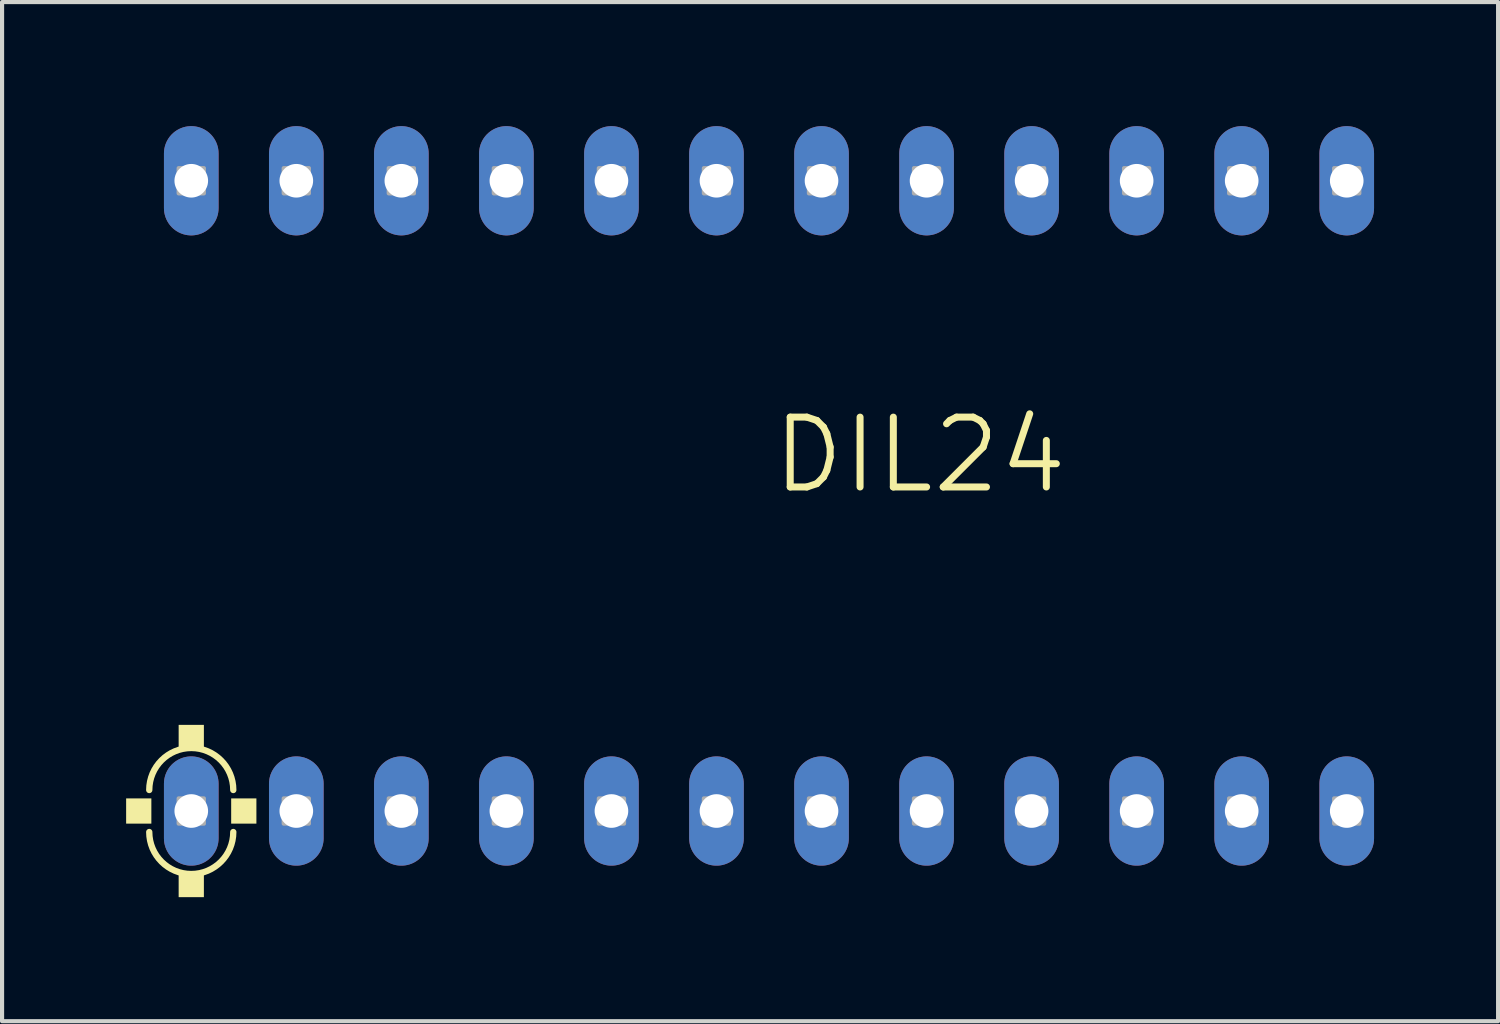
<source format=kicad_pcb>
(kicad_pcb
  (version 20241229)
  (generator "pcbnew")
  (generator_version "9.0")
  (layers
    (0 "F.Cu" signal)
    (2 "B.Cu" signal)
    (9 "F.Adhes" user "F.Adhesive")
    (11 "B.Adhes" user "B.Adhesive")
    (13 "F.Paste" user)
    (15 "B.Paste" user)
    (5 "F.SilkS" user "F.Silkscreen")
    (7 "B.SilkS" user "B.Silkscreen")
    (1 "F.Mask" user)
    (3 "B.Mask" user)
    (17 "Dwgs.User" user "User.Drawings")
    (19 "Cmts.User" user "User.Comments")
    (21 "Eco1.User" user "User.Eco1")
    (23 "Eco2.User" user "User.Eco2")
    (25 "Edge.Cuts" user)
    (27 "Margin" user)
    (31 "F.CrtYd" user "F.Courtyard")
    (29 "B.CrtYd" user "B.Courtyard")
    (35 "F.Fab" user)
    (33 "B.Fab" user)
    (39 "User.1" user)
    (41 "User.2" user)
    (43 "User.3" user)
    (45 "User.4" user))
  (footprint "DIL24"
    (layer "F.Cu")
    (at 15.545 8.941)
    (property "Reference" "DIL24" (at 0 0 180) (layer "F.SilkS") (effects (font (size 1.689 1.689) (thickness 0.169)) (justify left bottom)))
    (attr through_hole)
    (fp_arc (start -14.986 7.112) (mid -13.97 6.096) (end -12.954 7.112) (stroke (width 0.1524) (type solid)) (layer "F.SilkS"))
    (fp_arc (start -12.954 8.128) (mid -13.97 9.144) (end -14.986 8.128) (stroke (width 0.1524) (type solid)) (layer "F.SilkS"))
    (fp_poly (pts (xy -15.545 7.925) (xy -14.935 7.925) (xy -14.935 7.315) (xy -15.545 7.315)) (stroke (width 0) (type solid)) (fill yes) (layer "F.SilkS"))
    (fp_poly (pts (xy -14.275 6.147) (xy -13.665 6.147) (xy -13.665 5.537) (xy -14.275 5.537)) (stroke (width 0) (type solid)) (fill yes) (layer "F.SilkS"))
    (fp_poly (pts (xy -14.275 9.703) (xy -13.665 9.703) (xy -13.665 9.093) (xy -14.275 9.093)) (stroke (width 0) (type solid)) (fill yes) (layer "F.SilkS"))
    (fp_poly (pts (xy -13.005 7.925) (xy -12.395 7.925) (xy -12.395 7.315) (xy -13.005 7.315)) (stroke (width 0) (type solid)) (fill yes) (layer "F.SilkS"))
    (fp_poly (pts (xy -14.275 -7.315) (xy -13.665 -7.315) (xy -13.665 -7.925) (xy -14.275 -7.925)) (stroke (width 0.1) (type solid)) (fill no) (layer "F.Fab"))
    (fp_poly (pts (xy -14.275 7.925) (xy -13.665 7.925) (xy -13.665 7.315) (xy -14.275 7.315)) (stroke (width 0.1) (type solid)) (fill no) (layer "F.Fab"))
    (fp_poly (pts (xy -11.735 -7.315) (xy -11.125 -7.315) (xy -11.125 -7.925) (xy -11.735 -7.925)) (stroke (width 0.1) (type solid)) (fill no) (layer "F.Fab"))
    (fp_poly (pts (xy -11.735 7.925) (xy -11.125 7.925) (xy -11.125 7.315) (xy -11.735 7.315)) (stroke (width 0.1) (type solid)) (fill no) (layer "F.Fab"))
    (fp_poly (pts (xy -9.195 -7.315) (xy -8.585 -7.315) (xy -8.585 -7.925) (xy -9.195 -7.925)) (stroke (width 0.1) (type solid)) (fill no) (layer "F.Fab"))
    (fp_poly (pts (xy -9.195 7.925) (xy -8.585 7.925) (xy -8.585 7.315) (xy -9.195 7.315)) (stroke (width 0.1) (type solid)) (fill no) (layer "F.Fab"))
    (fp_poly (pts (xy -6.655 -7.315) (xy -6.045 -7.315) (xy -6.045 -7.925) (xy -6.655 -7.925)) (stroke (width 0.1) (type solid)) (fill no) (layer "F.Fab"))
    (fp_poly (pts (xy -6.655 7.925) (xy -6.045 7.925) (xy -6.045 7.315) (xy -6.655 7.315)) (stroke (width 0.1) (type solid)) (fill no) (layer "F.Fab"))
    (fp_poly (pts (xy -4.115 -7.315) (xy -3.505 -7.315) (xy -3.505 -7.925) (xy -4.115 -7.925)) (stroke (width 0.1) (type solid)) (fill no) (layer "F.Fab"))
    (fp_poly (pts (xy -4.115 7.925) (xy -3.505 7.925) (xy -3.505 7.315) (xy -4.115 7.315)) (stroke (width 0.1) (type solid)) (fill no) (layer "F.Fab"))
    (fp_poly (pts (xy -1.575 -7.315) (xy -0.965 -7.315) (xy -0.965 -7.925) (xy -1.575 -7.925)) (stroke (width 0.1) (type solid)) (fill no) (layer "F.Fab"))
    (fp_poly (pts (xy -1.575 7.925) (xy -0.965 7.925) (xy -0.965 7.315) (xy -1.575 7.315)) (stroke (width 0.1) (type solid)) (fill no) (layer "F.Fab"))
    (fp_poly (pts (xy 0.965 -7.315) (xy 1.575 -7.315) (xy 1.575 -7.925) (xy 0.965 -7.925)) (stroke (width 0.1) (type solid)) (fill no) (layer "F.Fab"))
    (fp_poly (pts (xy 0.965 7.925) (xy 1.575 7.925) (xy 1.575 7.315) (xy 0.965 7.315)) (stroke (width 0.1) (type solid)) (fill no) (layer "F.Fab"))
    (fp_poly (pts (xy 3.505 -7.315) (xy 4.115 -7.315) (xy 4.115 -7.925) (xy 3.505 -7.925)) (stroke (width 0.1) (type solid)) (fill no) (layer "F.Fab"))
    (fp_poly (pts (xy 3.505 7.925) (xy 4.115 7.925) (xy 4.115 7.315) (xy 3.505 7.315)) (stroke (width 0.1) (type solid)) (fill no) (layer "F.Fab"))
    (fp_poly (pts (xy 6.045 -7.315) (xy 6.655 -7.315) (xy 6.655 -7.925) (xy 6.045 -7.925)) (stroke (width 0.1) (type solid)) (fill no) (layer "F.Fab"))
    (fp_poly (pts (xy 6.045 7.925) (xy 6.655 7.925) (xy 6.655 7.315) (xy 6.045 7.315)) (stroke (width 0.1) (type solid)) (fill no) (layer "F.Fab"))
    (fp_poly (pts (xy 8.585 -7.315) (xy 9.195 -7.315) (xy 9.195 -7.925) (xy 8.585 -7.925)) (stroke (width 0.1) (type solid)) (fill no) (layer "F.Fab"))
    (fp_poly (pts (xy 8.585 7.925) (xy 9.195 7.925) (xy 9.195 7.315) (xy 8.585 7.315)) (stroke (width 0.1) (type solid)) (fill no) (layer "F.Fab"))
    (fp_poly (pts (xy 11.125 -7.315) (xy 11.735 -7.315) (xy 11.735 -7.925) (xy 11.125 -7.925)) (stroke (width 0.1) (type solid)) (fill no) (layer "F.Fab"))
    (fp_poly (pts (xy 11.125 7.925) (xy 11.735 7.925) (xy 11.735 7.315) (xy 11.125 7.315)) (stroke (width 0.1) (type solid)) (fill no) (layer "F.Fab"))
    (fp_poly (pts (xy 13.665 -7.315) (xy 14.275 -7.315) (xy 14.275 -7.925) (xy 13.665 -7.925)) (stroke (width 0.1) (type solid)) (fill no) (layer "F.Fab"))
    (fp_poly (pts (xy 13.665 7.925) (xy 14.275 7.925) (xy 14.275 7.315) (xy 13.665 7.315)) (stroke (width 0.1) (type solid)) (fill no) (layer "F.Fab"))
    (pad "1" thru_hole oval (at -13.97 7.62 90) (size 2.642 1.321) (drill 0.813) (layers "*.Cu" "*.Mask"))
    (pad "2" thru_hole oval (at -11.43 7.62 90) (size 2.642 1.321) (drill 0.813) (layers "*.Cu" "*.Mask"))
    (pad "3" thru_hole oval (at -8.89 7.62 90) (size 2.642 1.321) (drill 0.813) (layers "*.Cu" "*.Mask"))
    (pad "4" thru_hole oval (at -6.35 7.62 90) (size 2.642 1.321) (drill 0.813) (layers "*.Cu" "*.Mask"))
    (pad "5" thru_hole oval (at -3.81 7.62 90) (size 2.642 1.321) (drill 0.813) (layers "*.Cu" "*.Mask"))
    (pad "6" thru_hole oval (at -1.27 7.62 90) (size 2.642 1.321) (drill 0.813) (layers "*.Cu" "*.Mask"))
    (pad "7" thru_hole oval (at 1.27 7.62 90) (size 2.642 1.321) (drill 0.813) (layers "*.Cu" "*.Mask"))
    (pad "8" thru_hole oval (at 3.81 7.62 90) (size 2.642 1.321) (drill 0.813) (layers "*.Cu" "*.Mask"))
    (pad "9" thru_hole oval (at 6.35 7.62 90) (size 2.642 1.321) (drill 0.813) (layers "*.Cu" "*.Mask"))
    (pad "10" thru_hole oval (at 8.89 7.62 90) (size 2.642 1.321) (drill 0.813) (layers "*.Cu" "*.Mask"))
    (pad "11" thru_hole oval (at 11.43 7.62 90) (size 2.642 1.321) (drill 0.813) (layers "*.Cu" "*.Mask"))
    (pad "12" thru_hole oval (at 13.97 7.62 90) (size 2.642 1.321) (drill 0.813) (layers "*.Cu" "*.Mask"))
    (pad "13" thru_hole oval (at 13.97 -7.62 90) (size 2.642 1.321) (drill 0.813) (layers "*.Cu" "*.Mask"))
    (pad "14" thru_hole oval (at 11.43 -7.62 90) (size 2.642 1.321) (drill 0.813) (layers "*.Cu" "*.Mask"))
    (pad "15" thru_hole oval (at 8.89 -7.62 90) (size 2.642 1.321) (drill 0.813) (layers "*.Cu" "*.Mask"))
    (pad "16" thru_hole oval (at 6.35 -7.62 90) (size 2.642 1.321) (drill 0.813) (layers "*.Cu" "*.Mask"))
    (pad "17" thru_hole oval (at 3.81 -7.62 90) (size 2.642 1.321) (drill 0.813) (layers "*.Cu" "*.Mask"))
    (pad "18" thru_hole oval (at 1.27 -7.62 90) (size 2.642 1.321) (drill 0.813) (layers "*.Cu" "*.Mask"))
    (pad "19" thru_hole oval (at -1.27 -7.62 90) (size 2.642 1.321) (drill 0.813) (layers "*.Cu" "*.Mask"))
    (pad "20" thru_hole oval (at -3.81 -7.62 90) (size 2.642 1.321) (drill 0.813) (layers "*.Cu" "*.Mask"))
    (pad "21" thru_hole oval (at -6.35 -7.62 90) (size 2.642 1.321) (drill 0.813) (layers "*.Cu" "*.Mask"))
    (pad "22" thru_hole oval (at -8.89 -7.62 90) (size 2.642 1.321) (drill 0.813) (layers "*.Cu" "*.Mask"))
    (pad "23" thru_hole oval (at -11.43 -7.62 90) (size 2.642 1.321) (drill 0.813) (layers "*.Cu" "*.Mask"))
    (pad "24" thru_hole oval (at -13.97 -7.62 90) (size 2.642 1.321) (drill 0.813) (layers "*.Cu" "*.Mask")))
  (gr_rect
    (start -3 -3)
    (end 33.175 21.644)
    (stroke (width 0.1) (type default))
    (fill no)
    (layer "Edge.Cuts")))
</source>
